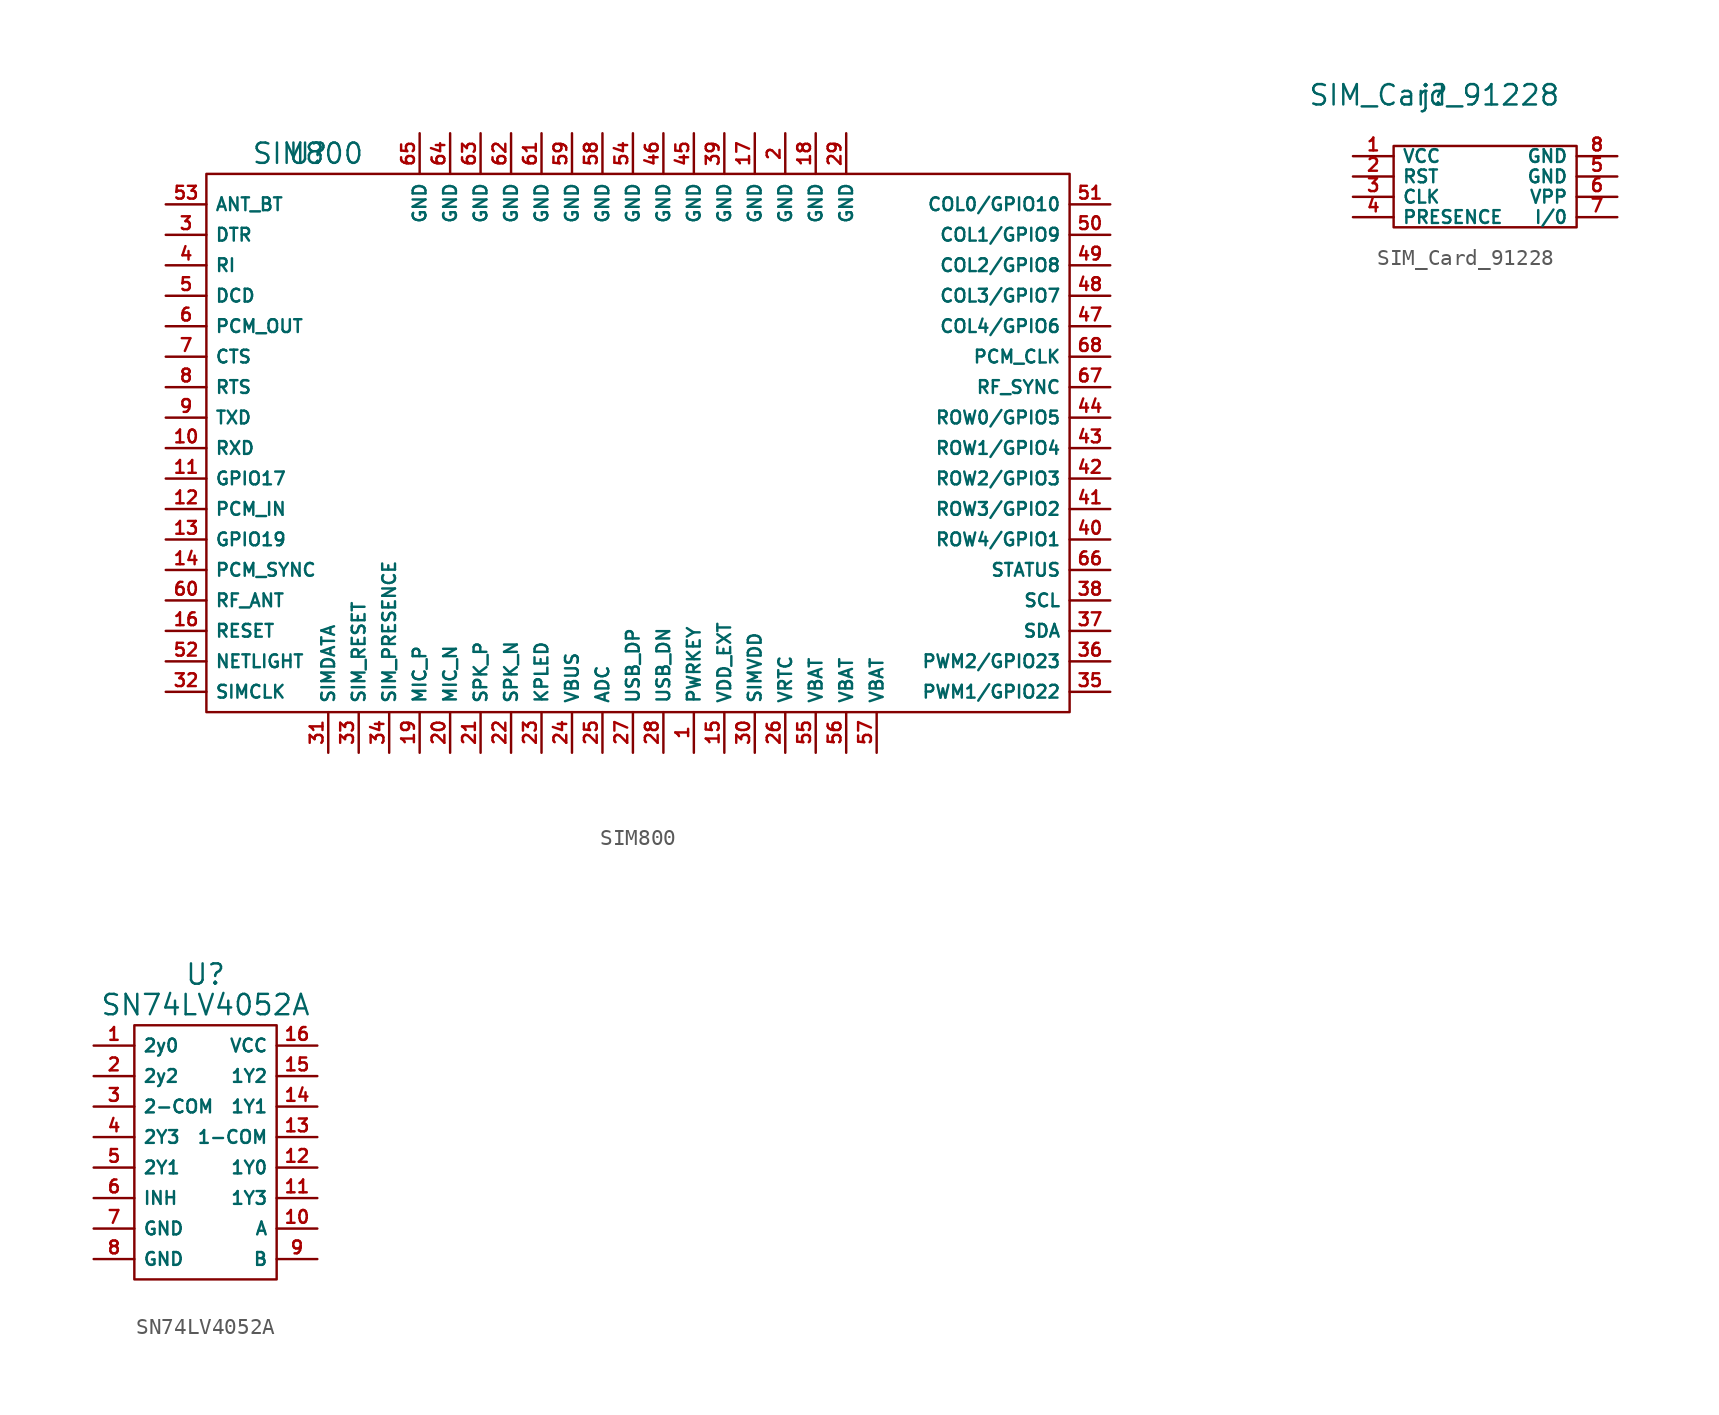
<source format=kicad_sym>
(kicad_symbol_lib
  (version 20211014)
  (generator kicad_symbol_editor)
  (symbol "SIM800"
    (property "Reference" "U"
      (at -3.81 18.415 0)
      (effects (font (size 1.27 1.27))))
    (property "Value" "SIM800"
      (at -3.81 18.415 0)
      (effects (font (size 1.27 1.27))))
    (symbol "SIM800_0_1"
      (rectangle (start -10.16 17.145) (end 43.815 -16.51) (stroke (width 0) (type default) (color 0 0 0 0)) (fill (type none))))
    (symbol "SIM800_1_1"
      (pin input line (at 20.32 -19.05 90) (length 2.54) (name "PWRKEY" (effects (font (size 0.8 0.8)))) (number "1" (effects (font (size 0.8 0.8)))))
      (pin input line (at -12.7 0 0) (length 2.54) (name "RXD" (effects (font (size 0.8 0.8)))) (number "10" (effects (font (size 0.8 0.8)))))
      (pin bidirectional line (at -12.7 -1.905 0) (length 2.54) (name "GPIO17" (effects (font (size 0.8 0.8)))) (number "11" (effects (font (size 0.8 0.8)))))
      (pin input line (at -12.7 -3.81 0) (length 2.54) (name "PCM_IN" (effects (font (size 0.8 0.8)))) (number "12" (effects (font (size 0.8 0.8)))))
      (pin bidirectional line (at -12.7 -5.715 0) (length 2.54) (name "GPIO19" (effects (font (size 0.8 0.8)))) (number "13" (effects (font (size 0.8 0.8)))))
      (pin passive line (at -12.7 -7.62 0) (length 2.54) (name "PCM_SYNC" (effects (font (size 0.8 0.8)))) (number "14" (effects (font (size 0.8 0.8)))))
      (pin output line (at 22.225 -19.05 90) (length 2.54) (name "VDD_EXT" (effects (font (size 0.8 0.8)))) (number "15" (effects (font (size 0.8 0.8)))))
      (pin passive line (at -12.7 -11.43 0) (length 2.54) (name "RESET" (effects (font (size 0.8 0.8)))) (number "16" (effects (font (size 0.8 0.8)))))
      (pin power_in line (at 24.13 19.685 270) (length 2.54) (name "GND" (effects (font (size 0.8 0.8)))) (number "17" (effects (font (size 0.8 0.8)))))
      (pin power_in line (at 27.94 19.685 270) (length 2.54) (name "GND" (effects (font (size 0.8 0.8)))) (number "18" (effects (font (size 0.8 0.8)))))
      (pin input line (at 3.175 -19.05 90) (length 2.54) (name "MIC_P" (effects (font (size 0.8 0.8)))) (number "19" (effects (font (size 0.8 0.8)))))
      (pin power_in line (at 26.035 19.685 270) (length 2.54) (name "GND" (effects (font (size 0.8 0.8)))) (number "2" (effects (font (size 0.8 0.8)))))
      (pin input line (at 5.08 -19.05 90) (length 2.54) (name "MIC_N" (effects (font (size 0.8 0.8)))) (number "20" (effects (font (size 0.8 0.8)))))
      (pin output line (at 6.985 -19.05 90) (length 2.54) (name "SPK_P" (effects (font (size 0.8 0.8)))) (number "21" (effects (font (size 0.8 0.8)))))
      (pin output line (at 8.89 -19.05 90) (length 2.54) (name "SPK_N" (effects (font (size 0.8 0.8)))) (number "22" (effects (font (size 0.8 0.8)))))
      (pin passive line (at 10.795 -19.05 90) (length 2.54) (name "KPLED" (effects (font (size 0.8 0.8)))) (number "23" (effects (font (size 0.8 0.8)))))
      (pin input line (at 12.7 -19.05 90) (length 2.54) (name "VBUS" (effects (font (size 0.8 0.8)))) (number "24" (effects (font (size 0.8 0.8)))))
      (pin passive line (at 14.605 -19.05 90) (length 2.54) (name "ADC" (effects (font (size 0.8 0.8)))) (number "25" (effects (font (size 0.8 0.8)))))
      (pin bidirectional line (at 26.035 -19.05 90) (length 2.54) (name "VRTC" (effects (font (size 0.8 0.8)))) (number "26" (effects (font (size 0.8 0.8)))))
      (pin bidirectional line (at 16.51 -19.05 90) (length 2.54) (name "USB_DP" (effects (font (size 0.8 0.8)))) (number "27" (effects (font (size 0.8 0.8)))))
      (pin bidirectional line (at 18.415 -19.05 90) (length 2.54) (name "USB_DN" (effects (font (size 0.8 0.8)))) (number "28" (effects (font (size 0.8 0.8)))))
      (pin power_in line (at 29.845 19.685 270) (length 2.54) (name "GND" (effects (font (size 0.8 0.8)))) (number "29" (effects (font (size 0.8 0.8)))))
      (pin passive line (at -12.7 13.335 0) (length 2.54) (name "DTR" (effects (font (size 0.8 0.8)))) (number "3" (effects (font (size 0.8 0.8)))))
      (pin power_out line (at 24.13 -19.05 90) (length 2.54) (name "SIMVDD" (effects (font (size 0.8 0.8)))) (number "30" (effects (font (size 0.8 0.8)))))
      (pin bidirectional line (at -2.54 -19.05 90) (length 2.54) (name "SIMDATA" (effects (font (size 0.8 0.8)))) (number "31" (effects (font (size 0.8 0.8)))))
      (pin output line (at -12.7 -15.24 0) (length 2.54) (name "SIMCLK" (effects (font (size 0.8 0.8)))) (number "32" (effects (font (size 0.8 0.8)))))
      (pin output line (at -0.635 -19.05 90) (length 2.54) (name "SIM_RESET" (effects (font (size 0.8 0.8)))) (number "33" (effects (font (size 0.8 0.8)))))
      (pin input line (at 1.27 -19.05 90) (length 2.54) (name "SIM_PRESENCE" (effects (font (size 0.8 0.8)))) (number "34" (effects (font (size 0.8 0.8)))))
      (pin passive line (at 46.355 -15.24 180) (length 2.54) (name "PWM1/GPIO22" (effects (font (size 0.8 0.8)))) (number "35" (effects (font (size 0.8 0.8)))))
      (pin passive line (at 46.355 -13.335 180) (length 2.54) (name "PWM2/GPIO23" (effects (font (size 0.8 0.8)))) (number "36" (effects (font (size 0.8 0.8)))))
      (pin bidirectional line (at 46.355 -11.43 180) (length 2.54) (name "SDA" (effects (font (size 0.8 0.8)))) (number "37" (effects (font (size 0.8 0.8)))))
      (pin output line (at 46.355 -9.525 180) (length 2.54) (name "SCL" (effects (font (size 0.8 0.8)))) (number "38" (effects (font (size 0.8 0.8)))))
      (pin power_in line (at 22.225 19.685 270) (length 2.54) (name "GND" (effects (font (size 0.8 0.8)))) (number "39" (effects (font (size 0.8 0.8)))))
      (pin passive line (at -12.7 11.43 0) (length 2.54) (name "RI" (effects (font (size 0.8 0.8)))) (number "4" (effects (font (size 0.8 0.8)))))
      (pin passive line (at 46.355 -5.715 180) (length 2.54) (name "ROW4/GPIO1" (effects (font (size 0.8 0.8)))) (number "40" (effects (font (size 0.8 0.8)))))
      (pin passive line (at 46.355 -3.81 180) (length 2.54) (name "ROW3/GPIO2" (effects (font (size 0.8 0.8)))) (number "41" (effects (font (size 0.8 0.8)))))
      (pin passive line (at 46.355 -1.905 180) (length 2.54) (name "ROW2/GPIO3" (effects (font (size 0.8 0.8)))) (number "42" (effects (font (size 0.8 0.8)))))
      (pin passive line (at 46.355 0 180) (length 2.54) (name "ROW1/GPIO4" (effects (font (size 0.8 0.8)))) (number "43" (effects (font (size 0.8 0.8)))))
      (pin passive line (at 46.355 1.905 180) (length 2.54) (name "ROW0/GPIO5" (effects (font (size 0.8 0.8)))) (number "44" (effects (font (size 0.8 0.8)))))
      (pin power_in line (at 20.32 19.685 270) (length 2.54) (name "GND" (effects (font (size 0.8 0.8)))) (number "45" (effects (font (size 0.8 0.8)))))
      (pin power_in line (at 18.415 19.685 270) (length 2.54) (name "GND" (effects (font (size 0.8 0.8)))) (number "46" (effects (font (size 0.8 0.8)))))
      (pin passive line (at 46.355 7.62 180) (length 2.54) (name "COL4/GPIO6" (effects (font (size 0.8 0.8)))) (number "47" (effects (font (size 0.8 0.8)))))
      (pin passive line (at 46.355 9.525 180) (length 2.54) (name "COL3/GPIO7" (effects (font (size 0.8 0.8)))) (number "48" (effects (font (size 0.8 0.8)))))
      (pin passive line (at 46.355 11.43 180) (length 2.54) (name "COL2/GPIO8" (effects (font (size 0.8 0.8)))) (number "49" (effects (font (size 0.8 0.8)))))
      (pin passive line (at -12.7 9.525 0) (length 2.54) (name "DCD" (effects (font (size 0.8 0.8)))) (number "5" (effects (font (size 0.8 0.8)))))
      (pin passive line (at 46.355 13.335 180) (length 2.54) (name "COL1/GPIO9" (effects (font (size 0.8 0.8)))) (number "50" (effects (font (size 0.8 0.8)))))
      (pin passive line (at 46.355 15.24 180) (length 2.54) (name "COL0/GPIO10" (effects (font (size 0.8 0.8)))) (number "51" (effects (font (size 0.8 0.8)))))
      (pin output line (at -12.7 -13.335 0) (length 2.54) (name "NETLIGHT" (effects (font (size 0.8 0.8)))) (number "52" (effects (font (size 0.8 0.8)))))
      (pin bidirectional line (at -12.7 15.24 0) (length 2.54) (name "ANT_BT" (effects (font (size 0.8 0.8)))) (number "53" (effects (font (size 0.8 0.8)))))
      (pin power_in line (at 16.51 19.685 270) (length 2.54) (name "GND" (effects (font (size 0.8 0.8)))) (number "54" (effects (font (size 0.8 0.8)))))
      (pin power_in line (at 27.94 -19.05 90) (length 2.54) (name "VBAT" (effects (font (size 0.8 0.8)))) (number "55" (effects (font (size 0.8 0.8)))))
      (pin power_in line (at 29.845 -19.05 90) (length 2.54) (name "VBAT" (effects (font (size 0.8 0.8)))) (number "56" (effects (font (size 0.8 0.8)))))
      (pin power_in line (at 31.75 -19.05 90) (length 2.54) (name "VBAT" (effects (font (size 0.8 0.8)))) (number "57" (effects (font (size 0.8 0.8)))))
      (pin power_in line (at 14.605 19.685 270) (length 2.54) (name "GND" (effects (font (size 0.8 0.8)))) (number "58" (effects (font (size 0.8 0.8)))))
      (pin power_out line (at 12.7 19.685 270) (length 2.54) (name "GND" (effects (font (size 0.8 0.8)))) (number "59" (effects (font (size 0.8 0.8)))))
      (pin output line (at -12.7 7.62 0) (length 2.54) (name "PCM_OUT" (effects (font (size 0.8 0.8)))) (number "6" (effects (font (size 0.8 0.8)))))
      (pin bidirectional line (at -12.7 -9.525 0) (length 2.54) (name "RF_ANT" (effects (font (size 0.8 0.8)))) (number "60" (effects (font (size 0.8 0.8)))))
      (pin power_in line (at 10.795 19.685 270) (length 2.54) (name "GND" (effects (font (size 0.8 0.8)))) (number "61" (effects (font (size 0.8 0.8)))))
      (pin power_in line (at 8.89 19.685 270) (length 2.54) (name "GND" (effects (font (size 0.8 0.8)))) (number "62" (effects (font (size 0.8 0.8)))))
      (pin power_in line (at 6.985 19.685 270) (length 2.54) (name "GND" (effects (font (size 0.8 0.8)))) (number "63" (effects (font (size 0.8 0.8)))))
      (pin power_in line (at 5.08 19.685 270) (length 2.54) (name "GND" (effects (font (size 0.8 0.8)))) (number "64" (effects (font (size 0.8 0.8)))))
      (pin power_in line (at 3.175 19.685 270) (length 2.54) (name "GND" (effects (font (size 0.8 0.8)))) (number "65" (effects (font (size 0.8 0.8)))))
      (pin passive line (at 46.355 -7.62 180) (length 2.54) (name "STATUS" (effects (font (size 0.8 0.8)))) (number "66" (effects (font (size 0.8 0.8)))))
      (pin output line (at 46.355 3.81 180) (length 2.54) (name "RF_SYNC" (effects (font (size 0.8 0.8)))) (number "67" (effects (font (size 0.8 0.8)))))
      (pin input line (at 46.355 5.715 180) (length 2.54) (name "PCM_CLK" (effects (font (size 0.8 0.8)))) (number "68" (effects (font (size 0.8 0.8)))))
      (pin passive line (at -12.7 5.715 0) (length 2.54) (name "CTS" (effects (font (size 0.8 0.8)))) (number "7" (effects (font (size 0.8 0.8)))))
      (pin passive line (at -12.7 3.81 0) (length 2.54) (name "RTS" (effects (font (size 0.8 0.8)))) (number "8" (effects (font (size 0.8 0.8)))))
      (pin output line (at -12.7 1.905 0) (length 2.54) (name "TXD" (effects (font (size 0.8 0.8)))) (number "9" (effects (font (size 0.8 0.8)))))))
  (symbol "SIM_Card_91228"
    (property "Reference" "j"
      (at 0 8.255 0)
      (effects (font (size 1.27 1.27))))
    (property "Value" "SIM_Card_91228"
      (at 0 8.255 0)
      (effects (font (size 1.27 1.27))))
    (symbol "SIM_Card_91228_0_1"
      (rectangle (start -2.54 5.08) (end 8.89 0) (stroke (width 0) (type default) (color 0 0 0 0)) (fill (type none))))
    (symbol "SIM_Card_91228_1_1"
      (pin power_in line (at -5.08 4.445 0) (length 2.54) (name "VCC" (effects (font (size 0.8 0.8)))) (number "1" (effects (font (size 0.8 0.8)))))
      (pin passive line (at -5.08 3.175 0) (length 2.54) (name "RST" (effects (font (size 0.8 0.8)))) (number "2" (effects (font (size 0.8 0.8)))))
      (pin input line (at -5.08 1.905 0) (length 2.54) (name "CLK" (effects (font (size 0.8 0.8)))) (number "3" (effects (font (size 0.8 0.8)))))
      (pin passive line (at -5.08 0.635 0) (length 2.54) (name "PRESENCE" (effects (font (size 0.8 0.8)))) (number "4" (effects (font (size 0.8 0.8)))))
      (pin power_in line (at 11.43 3.175 180) (length 2.54) (name "GND" (effects (font (size 0.8 0.8)))) (number "5" (effects (font (size 0.8 0.8)))))
      (pin passive line (at 11.43 1.905 180) (length 2.54) (name "VPP" (effects (font (size 0.8 0.8)))) (number "6" (effects (font (size 0.8 0.8)))))
      (pin passive line (at 11.43 0.635 180) (length 2.54) (name "I/0" (effects (font (size 0.8 0.8)))) (number "7" (effects (font (size 0.8 0.8)))))
      (pin power_in line (at 11.43 4.445 180) (length 2.54) (name "GND" (effects (font (size 0.8 0.8)))) (number "8" (effects (font (size 0.8 0.8)))))))
  (symbol "SN74LV4052A"
    (property "Reference" "U"
      (at 0.635 13.335 0)
      (effects (font (size 1.27 1.27))))
    (property "Value" "SN74LV4052A"
      (at 0.635 11.43 0)
      (effects (font (size 1.27 1.27))))
    (symbol "SN74LV4052A_0_1"
      (rectangle (start -3.81 10.16) (end 5.08 -5.715) (stroke (width 0) (type default) (color 0 0 0 0)) (fill (type none))))
    (symbol "SN74LV4052A_1_1"
      (pin bidirectional line (at -6.35 8.89 0) (length 2.54) (name "2y0" (effects (font (size 0.8 0.8)))) (number "1" (effects (font (size 0.8 0.8)))))
      (pin bidirectional line (at 7.62 -2.54 180) (length 2.54) (name "A" (effects (font (size 0.8 0.8)))) (number "10" (effects (font (size 0.8 0.8)))))
      (pin bidirectional line (at 7.62 -0.635 180) (length 2.54) (name "1Y3" (effects (font (size 0.8 0.8)))) (number "11" (effects (font (size 0.8 0.8)))))
      (pin bidirectional line (at 7.62 1.27 180) (length 2.54) (name "1Y0" (effects (font (size 0.8 0.8)))) (number "12" (effects (font (size 0.8 0.8)))))
      (pin bidirectional line (at 7.62 3.175 180) (length 2.54) (name "1-COM" (effects (font (size 0.8 0.8)))) (number "13" (effects (font (size 0.8 0.8)))))
      (pin bidirectional line (at 7.62 5.08 180) (length 2.54) (name "1Y1" (effects (font (size 0.8 0.8)))) (number "14" (effects (font (size 0.8 0.8)))))
      (pin bidirectional line (at 7.62 6.985 180) (length 2.54) (name "1Y2" (effects (font (size 0.8 0.8)))) (number "15" (effects (font (size 0.8 0.8)))))
      (pin bidirectional line (at 7.62 8.89 180) (length 2.54) (name "VCC" (effects (font (size 0.8 0.8)))) (number "16" (effects (font (size 0.8 0.8)))))
      (pin bidirectional line (at -6.35 6.985 0) (length 2.54) (name "2y2" (effects (font (size 0.8 0.8)))) (number "2" (effects (font (size 0.8 0.8)))))
      (pin bidirectional line (at -6.35 5.08 0) (length 2.54) (name "2-COM" (effects (font (size 0.8 0.8)))) (number "3" (effects (font (size 0.8 0.8)))))
      (pin bidirectional line (at -6.35 3.175 0) (length 2.54) (name "2Y3" (effects (font (size 0.8 0.8)))) (number "4" (effects (font (size 0.8 0.8)))))
      (pin bidirectional line (at -6.35 1.27 0) (length 2.54) (name "2Y1" (effects (font (size 0.8 0.8)))) (number "5" (effects (font (size 0.8 0.8)))))
      (pin bidirectional line (at -6.35 -0.635 0) (length 2.54) (name "INH" (effects (font (size 0.8 0.8)))) (number "6" (effects (font (size 0.8 0.8)))))
      (pin bidirectional line (at -6.35 -2.54 0) (length 2.54) (name "GND" (effects (font (size 0.8 0.8)))) (number "7" (effects (font (size 0.8 0.8)))))
      (pin bidirectional line (at -6.35 -4.445 0) (length 2.54) (name "GND" (effects (font (size 0.8 0.8)))) (number "8" (effects (font (size 0.8 0.8)))))
      (pin bidirectional line (at 7.62 -4.445 180) (length 2.54) (name "B" (effects (font (size 0.8 0.8)))) (number "9" (effects (font (size 0.8 0.8))))))))
</source>
